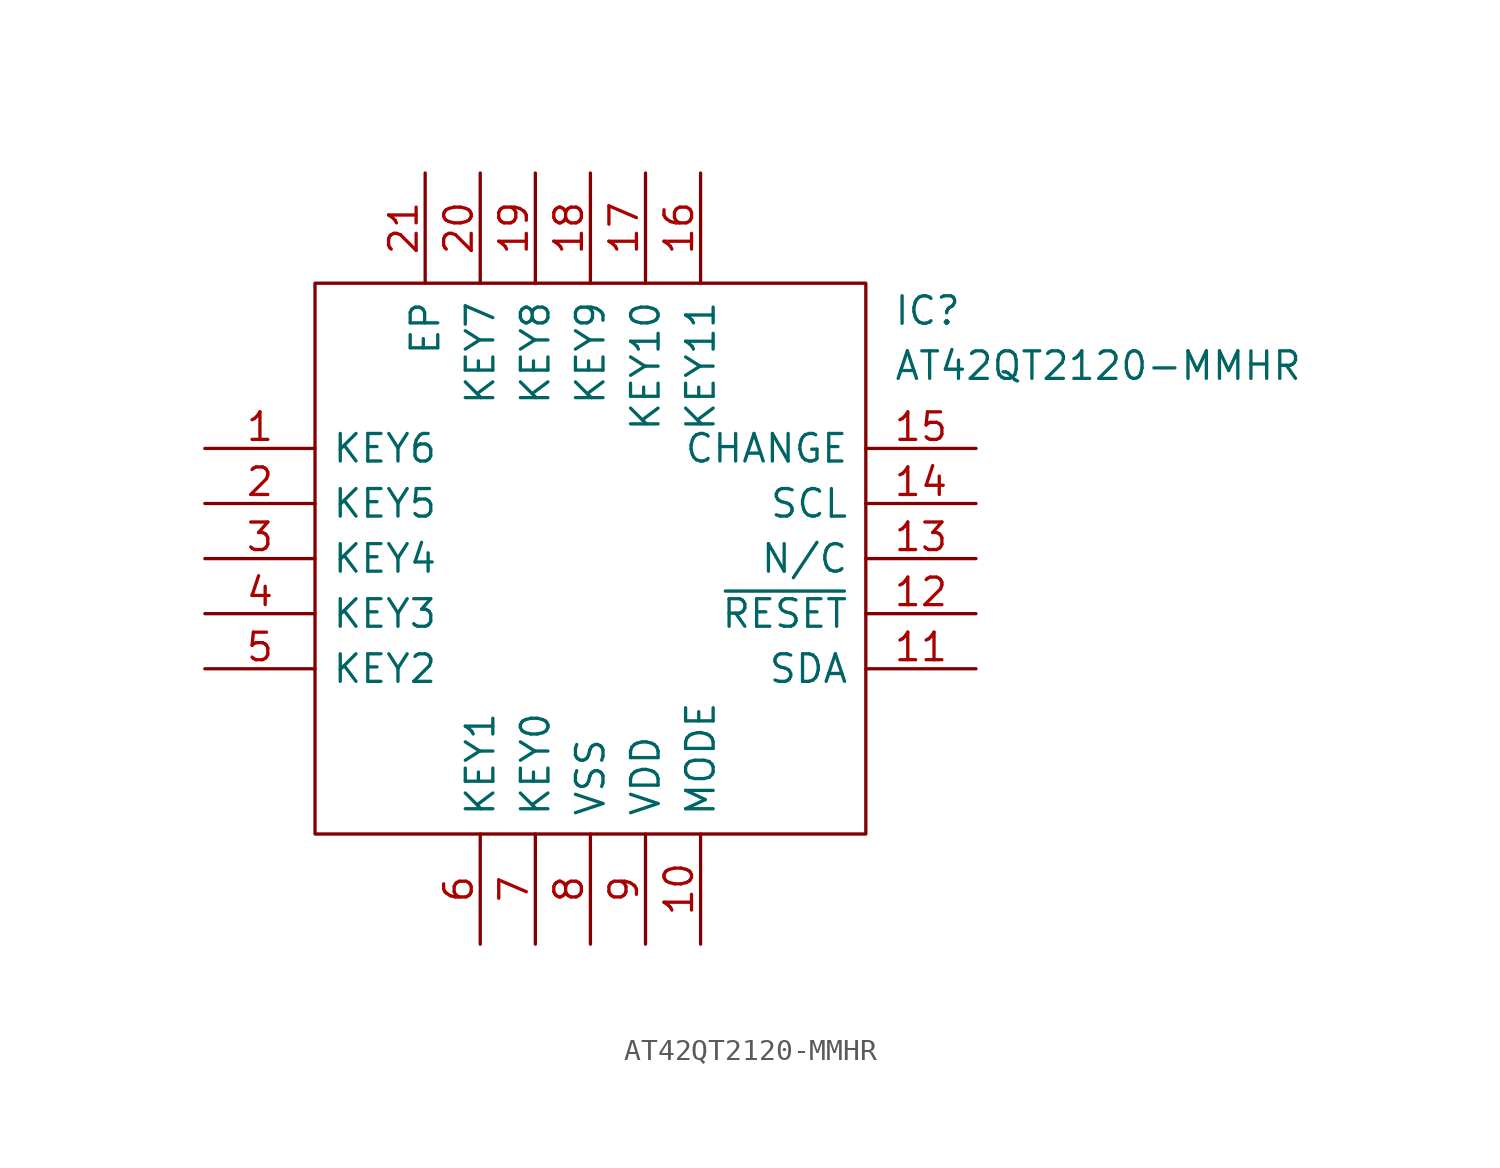
<source format=kicad_sym>
(kicad_symbol_lib
  (version 20211014)
  (generator kicad_symbol_editor)
  (symbol "AT42QT2120-MMHR"
    (pin_names
      (offset 0.762))
    (property "Reference" "IC"
      (at 26.67 -1.27 0)
      (effects (font (size 1.27 1.27)) (justify left)))
    (property "Value" "AT42QT2120-MMHR"
      (at 26.67 -3.81 0)
      (effects (font (size 1.27 1.27)) (justify left)))
    (symbol "AT42QT2120-MMHR_0_0"
      (pin passive line (at -5.08 -7.62 0) (length 5.08) (name "KEY6" (effects (font (size 1.27 1.27)))) (number "1" (effects (font (size 1.27 1.27)))))
      (pin passive line (at 17.78 -30.48 90) (length 5.08) (name "MODE" (effects (font (size 1.27 1.27)))) (number "10" (effects (font (size 1.27 1.27)))))
      (pin passive line (at 30.48 -17.78 180) (length 5.08) (name "SDA" (effects (font (size 1.27 1.27)))) (number "11" (effects (font (size 1.27 1.27)))))
      (pin passive line (at 30.48 -15.24 180) (length 5.08) (name "~{RESET}" (effects (font (size 1.27 1.27)))) (number "12" (effects (font (size 1.27 1.27)))))
      (pin passive line (at 30.48 -12.7 180) (length 5.08) (name "N/C" (effects (font (size 1.27 1.27)))) (number "13" (effects (font (size 1.27 1.27)))))
      (pin passive line (at 30.48 -10.16 180) (length 5.08) (name "SCL" (effects (font (size 1.27 1.27)))) (number "14" (effects (font (size 1.27 1.27)))))
      (pin passive line (at 30.48 -7.62 180) (length 5.08) (name "CHANGE" (effects (font (size 1.27 1.27)))) (number "15" (effects (font (size 1.27 1.27)))))
      (pin passive line (at 17.78 5.08 270) (length 5.08) (name "KEY11" (effects (font (size 1.27 1.27)))) (number "16" (effects (font (size 1.27 1.27)))))
      (pin passive line (at 15.24 5.08 270) (length 5.08) (name "KEY10" (effects (font (size 1.27 1.27)))) (number "17" (effects (font (size 1.27 1.27)))))
      (pin passive line (at 12.7 5.08 270) (length 5.08) (name "KEY9" (effects (font (size 1.27 1.27)))) (number "18" (effects (font (size 1.27 1.27)))))
      (pin passive line (at 10.16 5.08 270) (length 5.08) (name "KEY8" (effects (font (size 1.27 1.27)))) (number "19" (effects (font (size 1.27 1.27)))))
      (pin passive line (at -5.08 -10.16 0) (length 5.08) (name "KEY5" (effects (font (size 1.27 1.27)))) (number "2" (effects (font (size 1.27 1.27)))))
      (pin passive line (at 7.62 5.08 270) (length 5.08) (name "KEY7" (effects (font (size 1.27 1.27)))) (number "20" (effects (font (size 1.27 1.27)))))
      (pin passive line (at 5.08 5.08 270) (length 5.08) (name "EP" (effects (font (size 1.27 1.27)))) (number "21" (effects (font (size 1.27 1.27)))))
      (pin passive line (at -5.08 -12.7 0) (length 5.08) (name "KEY4" (effects (font (size 1.27 1.27)))) (number "3" (effects (font (size 1.27 1.27)))))
      (pin passive line (at -5.08 -15.24 0) (length 5.08) (name "KEY3" (effects (font (size 1.27 1.27)))) (number "4" (effects (font (size 1.27 1.27)))))
      (pin passive line (at -5.08 -17.78 0) (length 5.08) (name "KEY2" (effects (font (size 1.27 1.27)))) (number "5" (effects (font (size 1.27 1.27)))))
      (pin passive line (at 7.62 -30.48 90) (length 5.08) (name "KEY1" (effects (font (size 1.27 1.27)))) (number "6" (effects (font (size 1.27 1.27)))))
      (pin passive line (at 10.16 -30.48 90) (length 5.08) (name "KEY0" (effects (font (size 1.27 1.27)))) (number "7" (effects (font (size 1.27 1.27)))))
      (pin passive line (at 12.7 -30.48 90) (length 5.08) (name "VSS" (effects (font (size 1.27 1.27)))) (number "8" (effects (font (size 1.27 1.27)))))
      (pin passive line (at 15.24 -30.48 90) (length 5.08) (name "VDD" (effects (font (size 1.27 1.27)))) (number "9" (effects (font (size 1.27 1.27))))))
    (symbol "AT42QT2120-MMHR_0_1"
      (polyline (pts (xy 0 0) (xy 25.4 0) (xy 25.4 -25.4) (xy 0 -25.4) (xy 0 0)) (stroke (width 0.152) (type default) (color 0 0 0 0)) (fill (type none))))))
</source>
